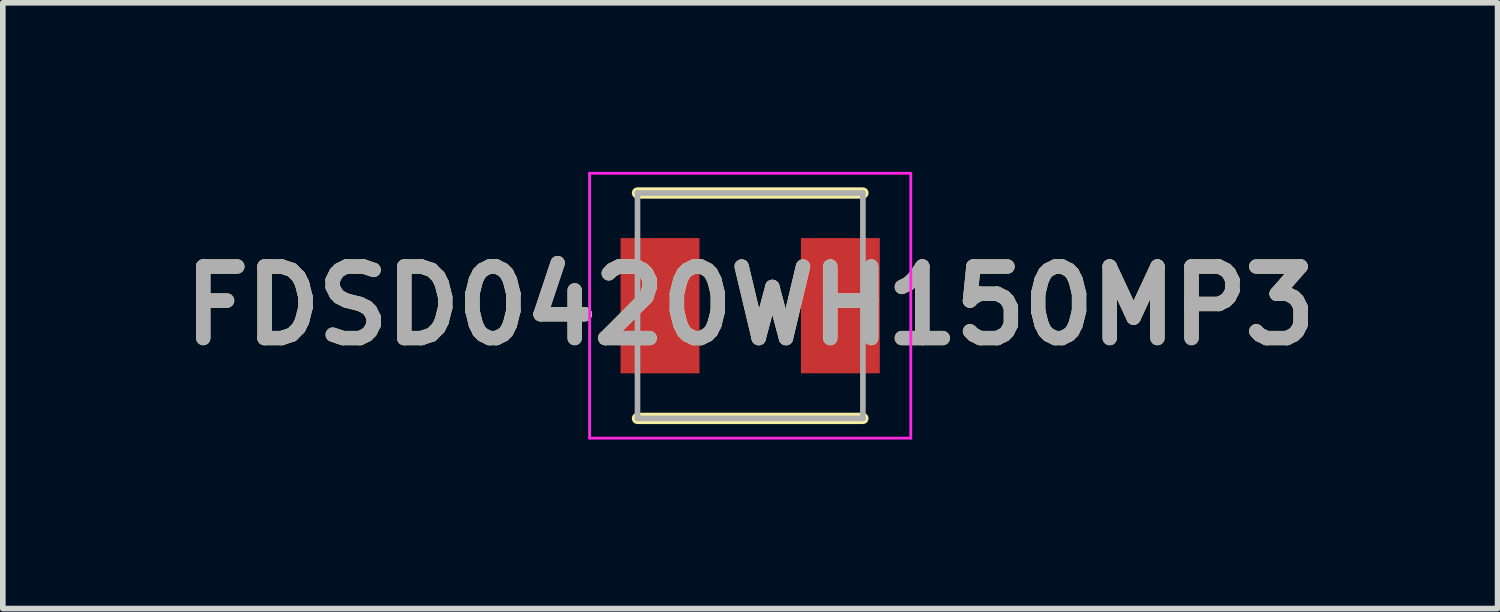
<source format=kicad_pcb>
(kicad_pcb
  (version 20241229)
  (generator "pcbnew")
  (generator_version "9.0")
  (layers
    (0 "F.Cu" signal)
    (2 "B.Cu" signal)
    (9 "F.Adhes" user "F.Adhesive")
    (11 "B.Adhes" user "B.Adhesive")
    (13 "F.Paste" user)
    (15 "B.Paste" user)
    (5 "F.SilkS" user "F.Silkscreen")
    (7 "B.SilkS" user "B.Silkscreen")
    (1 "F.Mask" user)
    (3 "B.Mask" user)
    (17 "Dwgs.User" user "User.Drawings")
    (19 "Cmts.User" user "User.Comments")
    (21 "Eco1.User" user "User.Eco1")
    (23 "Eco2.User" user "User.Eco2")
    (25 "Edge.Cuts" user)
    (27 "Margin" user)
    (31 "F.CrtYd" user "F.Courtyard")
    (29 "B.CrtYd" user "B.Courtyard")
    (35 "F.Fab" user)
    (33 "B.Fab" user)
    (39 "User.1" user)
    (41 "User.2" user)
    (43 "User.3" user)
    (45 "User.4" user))
  (footprint "FDSD0420WH150MP3"
    (layer "F.Cu")
    (at 10.263 2.375)
    (property "Reference" "FDSD0420WH150MP3" (at 0 0 0) (layer "F.SilkS") (effects (font (size 1.27 1.27) (thickness 0.254))))
    (attr smd)
    (fp_line (start -2 2) (end 2 2) (stroke (width 0.2) (type solid)) (layer "F.SilkS"))
    (fp_line (start 2 -2) (end -2 -2) (stroke (width 0.2) (type solid)) (layer "F.SilkS"))
    (fp_line (start -2.85 -2.35) (end 2.85 -2.35) (stroke (width 0.05) (type solid)) (layer "F.CrtYd"))
    (fp_line (start -2.85 2.35) (end -2.85 -2.35) (stroke (width 0.05) (type solid)) (layer "F.CrtYd"))
    (fp_line (start 2.85 -2.35) (end 2.85 2.35) (stroke (width 0.05) (type solid)) (layer "F.CrtYd"))
    (fp_line (start 2.85 2.35) (end -2.85 2.35) (stroke (width 0.05) (type solid)) (layer "F.CrtYd"))
    (fp_line (start -2 -2) (end 2 -2) (stroke (width 0.1) (type solid)) (layer "F.Fab"))
    (fp_line (start -2 2) (end -2 -2) (stroke (width 0.1) (type solid)) (layer "F.Fab"))
    (fp_line (start 2 -2) (end 2 2) (stroke (width 0.1) (type solid)) (layer "F.Fab"))
    (fp_line (start 2 2) (end -2 2) (stroke (width 0.1) (type solid)) (layer "F.Fab"))
    (fp_text user "${REFERENCE}" (at 0 0 0) (layer "F.Fab") (effects (font (size 1.27 1.27) (thickness 0.254))))
    (pad "1" smd rect (at -1.6 0) (size 1.4 2.4) (layers "F.Cu" "F.Mask" "F.Paste"))
    (pad "2" smd rect (at 1.6 0) (size 1.4 2.4) (layers "F.Cu" "F.Mask" "F.Paste")))
  (gr_rect
    (start -3 -3)
    (end 23.526 7.75)
    (stroke (width 0.1) (type default))
    (fill no)
    (layer "Edge.Cuts")))
</source>
